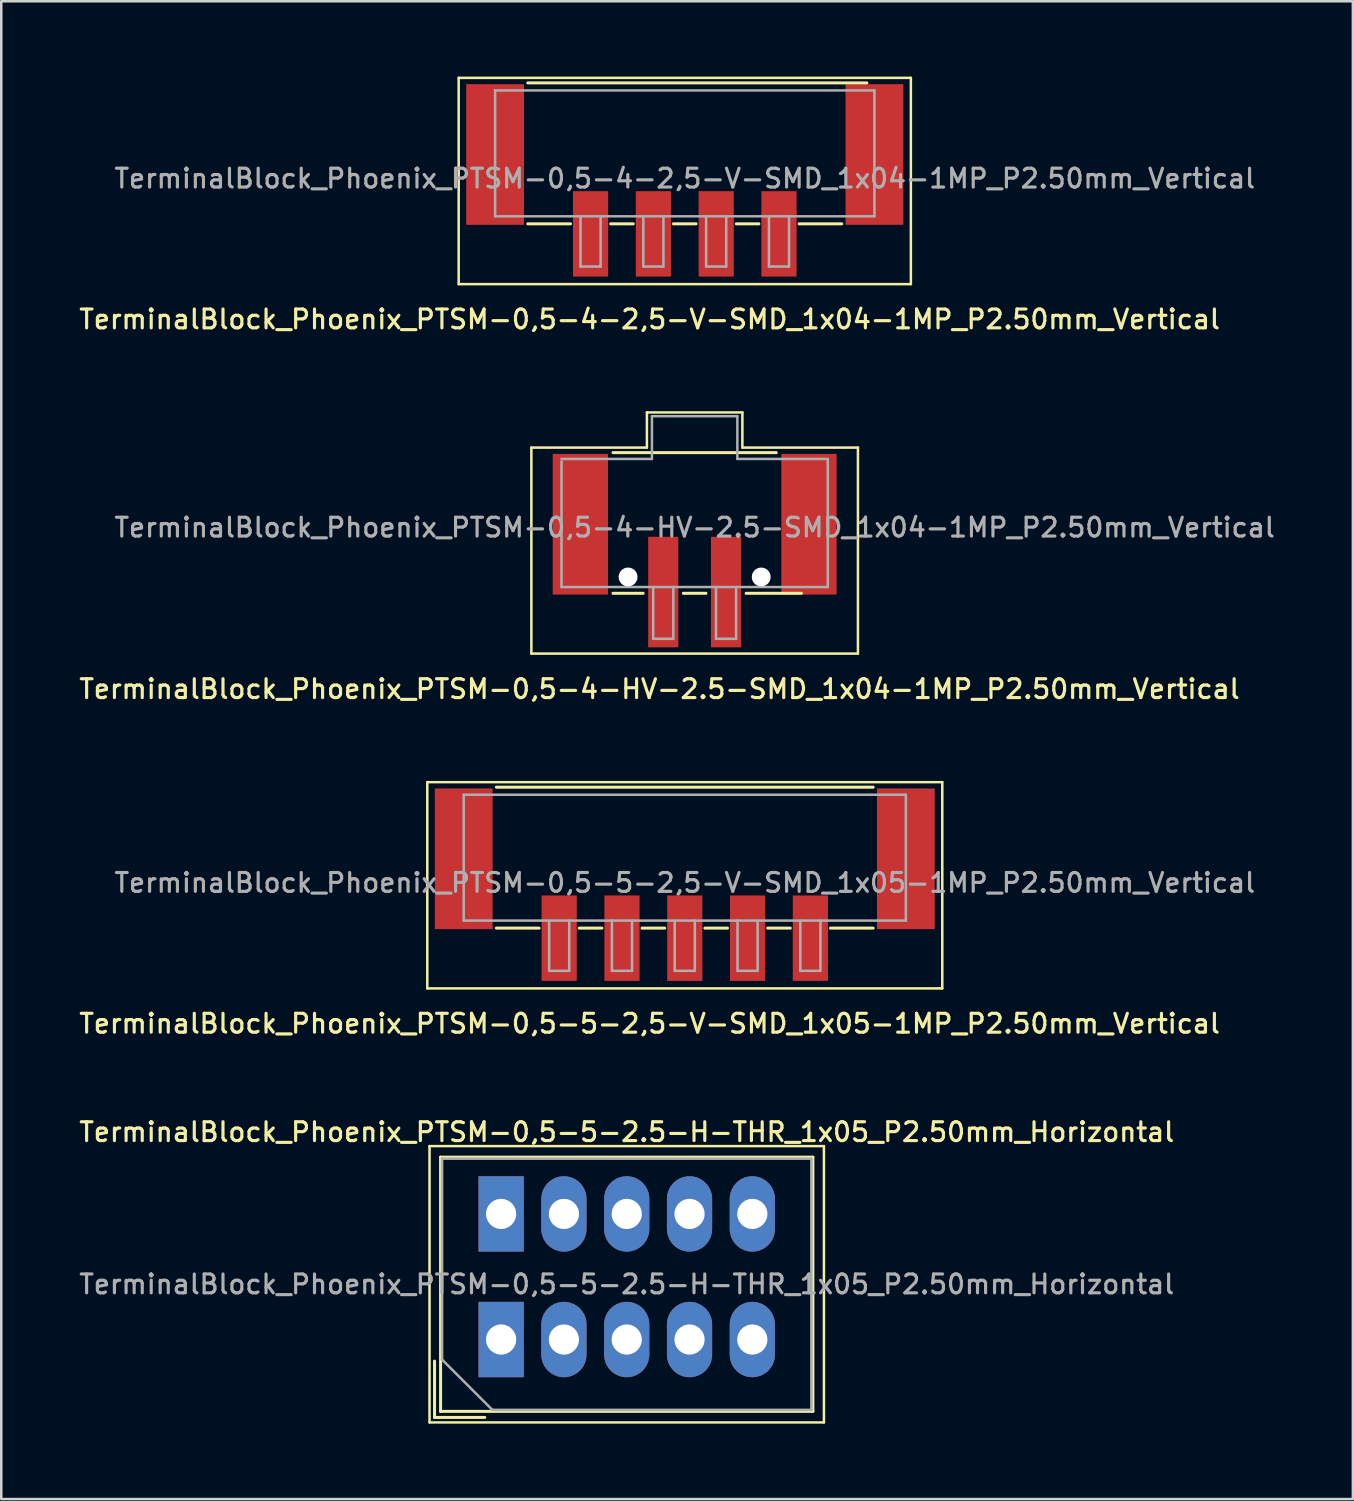
<source format=kicad_pcb>
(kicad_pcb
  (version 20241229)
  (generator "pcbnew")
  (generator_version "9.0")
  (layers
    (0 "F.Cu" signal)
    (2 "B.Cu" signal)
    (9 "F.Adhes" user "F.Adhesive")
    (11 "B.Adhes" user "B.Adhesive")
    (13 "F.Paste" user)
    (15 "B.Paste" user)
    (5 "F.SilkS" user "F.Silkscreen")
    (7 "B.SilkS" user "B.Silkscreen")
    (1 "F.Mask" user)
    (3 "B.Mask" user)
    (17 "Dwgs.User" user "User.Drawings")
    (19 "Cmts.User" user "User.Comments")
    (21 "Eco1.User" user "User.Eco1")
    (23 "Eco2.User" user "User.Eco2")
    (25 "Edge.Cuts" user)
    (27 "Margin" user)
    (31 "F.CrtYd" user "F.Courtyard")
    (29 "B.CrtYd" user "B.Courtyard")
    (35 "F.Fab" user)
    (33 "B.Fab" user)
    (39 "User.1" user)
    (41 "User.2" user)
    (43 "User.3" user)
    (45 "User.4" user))
  (footprint "TerminalBlock_Phoenix_PTSM-0,5-5-2.5-H-THR_1x05_P2.50mm_Horizontal"
    (layer "F.Cu")
    (at 16.898 50.273)
    (property "Reference" "TerminalBlock_Phoenix_PTSM-0,5-5-2.5-H-THR_1x05_P2.50mm_Horizontal" (at 5 -8.26 0) (layer "F.SilkS") (effects (font (size 0.75 0.75) (thickness 0.125))))
    (attr through_hole)
    (fp_line (start -2.85 -7.7) (end -2.85 3.3) (stroke (width 0.1) (type solid)) (layer "F.SilkS"))
    (fp_line (start -2.85 3.3) (end 12.85 3.3) (stroke (width 0.1) (type solid)) (layer "F.SilkS"))
    (fp_line (start -2.65 0.86) (end -2.65 3.1) (stroke (width 0.12) (type solid)) (layer "F.SilkS"))
    (fp_line (start -2.65 3.1) (end -0.65 3.1) (stroke (width 0.12) (type solid)) (layer "F.SilkS"))
    (fp_line (start -2.41 -7.26) (end -2.41 2.86) (stroke (width 0.12) (type solid)) (layer "F.SilkS"))
    (fp_line (start -2.41 -7.26) (end 12.41 -7.26) (stroke (width 0.12) (type solid)) (layer "F.SilkS"))
    (fp_line (start -2.41 2.86) (end 12.41 2.86) (stroke (width 0.12) (type solid)) (layer "F.SilkS"))
    (fp_line (start 12.41 -7.26) (end 12.41 2.86) (stroke (width 0.12) (type solid)) (layer "F.SilkS"))
    (fp_line (start 12.85 -7.7) (end -2.85 -7.7) (stroke (width 0.1) (type solid)) (layer "F.SilkS"))
    (fp_line (start 12.85 3.3) (end 12.85 -7.7) (stroke (width 0.1) (type solid)) (layer "F.SilkS"))
    (fp_line (start -2.35 -7.2) (end 12.35 -7.2) (stroke (width 0.1) (type solid)) (layer "F.Fab"))
    (fp_line (start -2.35 0.8) (end -2.35 -7.2) (stroke (width 0.1) (type solid)) (layer "F.Fab"))
    (fp_line (start -0.35 2.8) (end -2.35 0.8) (stroke (width 0.1) (type solid)) (layer "F.Fab"))
    (fp_line (start 12.35 -7.2) (end 12.35 2.8) (stroke (width 0.1) (type solid)) (layer "F.Fab"))
    (fp_line (start 12.35 2.8) (end -0.35 2.8) (stroke (width 0.1) (type solid)) (layer "F.Fab"))
    (fp_text user "${REFERENCE}" (at 5 -2.2 0) (layer "F.Fab") (effects (font (size 0.75 0.75) (thickness 0.125))))
    (pad "1" thru_hole rect (at 0 -5) (size 1.8 3) (drill 1.2) (layers "*.Cu" "*.Mask"))
    (pad "1" thru_hole rect (at 0 0) (size 1.8 3) (drill 1.2) (layers "*.Cu" "*.Mask"))
    (pad "2" thru_hole oval (at 2.5 -5) (size 1.8 3) (drill 1.2) (layers "*.Cu" "*.Mask"))
    (pad "2" thru_hole oval (at 2.5 0) (size 1.8 3) (drill 1.2) (layers "*.Cu" "*.Mask"))
    (pad "3" thru_hole oval (at 5 -5) (size 1.8 3) (drill 1.2) (layers "*.Cu" "*.Mask"))
    (pad "3" thru_hole oval (at 5 0) (size 1.8 3) (drill 1.2) (layers "*.Cu" "*.Mask"))
    (pad "4" thru_hole oval (at 7.5 -5) (size 1.8 3) (drill 1.2) (layers "*.Cu" "*.Mask"))
    (pad "4" thru_hole oval (at 7.5 0) (size 1.8 3) (drill 1.2) (layers "*.Cu" "*.Mask"))
    (pad "5" thru_hole oval (at 10 -5) (size 1.8 3) (drill 1.2) (layers "*.Cu" "*.Mask"))
    (pad "5" thru_hole oval (at 10 0) (size 1.8 3) (drill 1.2) (layers "*.Cu" "*.Mask")))
  (footprint "TerminalBlock_Phoenix_PTSM-0,5-4-HV-2.5-SMD_1x04-1MP_P2.50mm_Vertical"
    (layer "F.Cu")
    (at 24.602 18.868)
    (property "Reference" "TerminalBlock_Phoenix_PTSM-0,5-4-HV-2.5-SMD_1x04-1MP_P2.50mm_Vertical" (at -1.4 5.51 0) (layer "F.SilkS") (effects (font (size 0.75 0.75) (thickness 0.125))))
    (attr smd)
    (fp_line (start -6.5 -4.1) (end -1.9 -4.1) (stroke (width 0.1) (type solid)) (layer "F.SilkS"))
    (fp_line (start -6.5 4.1) (end -6.5 -4.1) (stroke (width 0.1) (type solid)) (layer "F.SilkS"))
    (fp_line (start -3.25 -3.9) (end 3.25 -3.9) (stroke (width 0.12) (type solid)) (layer "F.SilkS"))
    (fp_line (start -2.05 1.7) (end -3.25 1.7) (stroke (width 0.12) (type solid)) (layer "F.SilkS"))
    (fp_line (start -1.9 -5.5) (end 1.9 -5.5) (stroke (width 0.1) (type solid)) (layer "F.SilkS"))
    (fp_line (start -1.9 -4.1) (end -1.9 -5.5) (stroke (width 0.1) (type solid)) (layer "F.SilkS"))
    (fp_line (start 0.45 1.7) (end -0.45 1.7) (stroke (width 0.12) (type solid)) (layer "F.SilkS"))
    (fp_line (start 1.9 -4.1) (end 1.9 -5.5) (stroke (width 0.1) (type solid)) (layer "F.SilkS"))
    (fp_line (start 4.25 1.7) (end 2.05 1.7) (stroke (width 0.12) (type solid)) (layer "F.SilkS"))
    (fp_line (start 6.5 -4.1) (end 1.9 -4.1) (stroke (width 0.1) (type solid)) (layer "F.SilkS"))
    (fp_line (start 6.5 -4.1) (end 6.5 4.1) (stroke (width 0.1) (type solid)) (layer "F.SilkS"))
    (fp_line (start 6.5 4.1) (end -6.5 4.1) (stroke (width 0.1) (type solid)) (layer "F.SilkS"))
    (fp_line (start -5.3 -3.65) (end -1.7 -3.65) (stroke (width 0.1) (type solid)) (layer "F.Fab"))
    (fp_line (start -5.3 1.45) (end -5.3 -3.55) (stroke (width 0.1) (type solid)) (layer "F.Fab"))
    (fp_line (start -1.7 -5.35) (end 1.7 -5.35) (stroke (width 0.1) (type solid)) (layer "F.Fab"))
    (fp_line (start -1.7 -3.65) (end -1.7 -5.35) (stroke (width 0.1) (type solid)) (layer "F.Fab"))
    (fp_line (start -1.65 1.45) (end -1.65 3.51) (stroke (width 0.1) (type solid)) (layer "F.Fab"))
    (fp_line (start -1.65 3.51) (end -0.85 3.51) (stroke (width 0.1) (type solid)) (layer "F.Fab"))
    (fp_line (start -0.85 1.45) (end -0.85 3.51) (stroke (width 0.1) (type solid)) (layer "F.Fab"))
    (fp_line (start 0.85 1.45) (end 0.85 3.51) (stroke (width 0.1) (type solid)) (layer "F.Fab"))
    (fp_line (start 0.85 3.51) (end 1.65 3.51) (stroke (width 0.1) (type solid)) (layer "F.Fab"))
    (fp_line (start 1.65 1.45) (end 1.65 3.51) (stroke (width 0.1) (type solid)) (layer "F.Fab"))
    (fp_line (start 1.7 -5.35) (end 1.7 -3.65) (stroke (width 0.1) (type solid)) (layer "F.Fab"))
    (fp_line (start 1.7 -3.65) (end 5.3 -3.65) (stroke (width 0.1) (type solid)) (layer "F.Fab"))
    (fp_line (start 5.3 1.45) (end -5.3 1.45) (stroke (width 0.1) (type solid)) (layer "F.Fab"))
    (fp_line (start 5.3 1.45) (end 5.3 -3.6) (stroke (width 0.1) (type solid)) (layer "F.Fab"))
    (fp_text user "${REFERENCE}" (at 0 -0.92 0) (layer "F.Fab") (effects (font (size 0.75 0.75) (thickness 0.125))))
    (pad "" np_thru_hole circle (at -2.65 1.05) (size 0.75 0.75) (drill 1) (layers "*.Cu" "*.Mask"))
    (pad "" np_thru_hole circle (at 2.65 1.05) (size 0.75 0.75) (drill 1) (layers "*.Cu" "*.Mask"))
    (pad "1" smd rect (at -1.25 1.65 180) (size 1.2 4.4) (layers "F.Cu" "F.Mask" "F.Paste"))
    (pad "2" smd rect (at 1.25 1.65 180) (size 1.2 4.4) (layers "F.Cu" "F.Mask" "F.Paste"))
    (pad "MP" smd rect (at -4.55 -1.05 180) (size 2.2 5.6) (layers "F.Cu" "F.Mask" "F.Paste"))
    (pad "MP" smd rect (at 4.55 -1.05 180) (size 2.2 5.6) (layers "F.Cu" "F.Mask" "F.Paste")))
  (footprint "TerminalBlock_Phoenix_PTSM-0,5-4-2,5-V-SMD_1x04-1MP_P2.50mm_Vertical"
    (layer "F.Cu")
    (at 24.209 4.13)
    (property "Reference" "TerminalBlock_Phoenix_PTSM-0,5-4-2,5-V-SMD_1x04-1MP_P2.50mm_Vertical" (at -1.4 5.53 0) (layer "F.SilkS") (effects (font (size 0.75 0.75) (thickness 0.125))))
    (attr smd)
    (fp_line (start -9 -4.08) (end 9 -4.08) (stroke (width 0.1) (type solid)) (layer "F.SilkS"))
    (fp_line (start -9 4.13) (end -9 -4.08) (stroke (width 0.1) (type solid)) (layer "F.SilkS"))
    (fp_line (start -6.25 -3.88) (end 7.25 -3.88) (stroke (width 0.12) (type solid)) (layer "F.SilkS"))
    (fp_line (start -4.55 1.73) (end -6.25 1.73) (stroke (width 0.12) (type solid)) (layer "F.SilkS"))
    (fp_line (start -2.05 1.73) (end -2.95 1.73) (stroke (width 0.12) (type solid)) (layer "F.SilkS"))
    (fp_line (start 0.45 1.73) (end -0.45 1.73) (stroke (width 0.12) (type solid)) (layer "F.SilkS"))
    (fp_line (start 2.95 1.73) (end 2.05 1.73) (stroke (width 0.12) (type solid)) (layer "F.SilkS"))
    (fp_line (start 6.25 1.73) (end 4.55 1.73) (stroke (width 0.12) (type solid)) (layer "F.SilkS"))
    (fp_line (start 9 -4.08) (end 9 4.13) (stroke (width 0.1) (type solid)) (layer "F.SilkS"))
    (fp_line (start 9 4.13) (end -9 4.13) (stroke (width 0.1) (type solid)) (layer "F.SilkS"))
    (fp_line (start -7.55 -3.58) (end 7.55 -3.58) (stroke (width 0.1) (type solid)) (layer "F.Fab"))
    (fp_line (start -7.55 1.43) (end -7.55 -3.58) (stroke (width 0.1) (type solid)) (layer "F.Fab"))
    (fp_line (start -4.15 1.43) (end -4.15 3.43) (stroke (width 0.1) (type solid)) (layer "F.Fab"))
    (fp_line (start -4.15 3.43) (end -3.35 3.43) (stroke (width 0.1) (type solid)) (layer "F.Fab"))
    (fp_line (start -3.35 1.43) (end -3.35 3.43) (stroke (width 0.1) (type solid)) (layer "F.Fab"))
    (fp_line (start -1.65 1.43) (end -1.65 3.43) (stroke (width 0.1) (type solid)) (layer "F.Fab"))
    (fp_line (start -1.65 3.43) (end -0.85 3.43) (stroke (width 0.1) (type solid)) (layer "F.Fab"))
    (fp_line (start -0.85 1.43) (end -0.85 3.43) (stroke (width 0.1) (type solid)) (layer "F.Fab"))
    (fp_line (start 0.85 1.43) (end 0.85 3.43) (stroke (width 0.1) (type solid)) (layer "F.Fab"))
    (fp_line (start 0.85 3.43) (end 1.65 3.43) (stroke (width 0.1) (type solid)) (layer "F.Fab"))
    (fp_line (start 1.65 1.43) (end 1.65 3.43) (stroke (width 0.1) (type solid)) (layer "F.Fab"))
    (fp_line (start 3.35 1.43) (end 3.35 3.43) (stroke (width 0.1) (type solid)) (layer "F.Fab"))
    (fp_line (start 3.35 3.43) (end 4.15 3.43) (stroke (width 0.1) (type solid)) (layer "F.Fab"))
    (fp_line (start 4.15 1.43) (end 4.15 3.43) (stroke (width 0.1) (type solid)) (layer "F.Fab"))
    (fp_line (start 7.55 1.43) (end -7.55 1.43) (stroke (width 0.1) (type solid)) (layer "F.Fab"))
    (fp_line (start 7.55 1.43) (end 7.55 -3.58) (stroke (width 0.1) (type solid)) (layer "F.Fab"))
    (fp_text user "${REFERENCE}" (at 0 -0.075 0) (layer "F.Fab") (effects (font (size 0.75 0.75) (thickness 0.125))))
    (pad "1" smd rect (at -3.75 2.13 180) (size 1.4 3.4) (layers "F.Cu" "F.Mask" "F.Paste"))
    (pad "2" smd rect (at -1.25 2.13 180) (size 1.4 3.4) (layers "F.Cu" "F.Mask" "F.Paste"))
    (pad "3" smd rect (at 1.25 2.13 180) (size 1.4 3.4) (layers "F.Cu" "F.Mask" "F.Paste"))
    (pad "4" smd rect (at 3.75 2.13 180) (size 1.4 3.4) (layers "F.Cu" "F.Mask" "F.Paste"))
    (pad "MP" smd rect (at -7.55 -1.03 180) (size 2.3 5.6) (layers "F.Cu" "F.Mask" "F.Paste"))
    (pad "MP" smd rect (at 7.55 -1.03 180) (size 2.3 5.6) (layers "F.Cu" "F.Mask" "F.Paste")))
  (footprint "TerminalBlock_Phoenix_PTSM-0,5-5-2,5-V-SMD_1x05-1MP_P2.50mm_Vertical"
    (layer "F.Cu")
    (at 24.209 32.166)
    (property "Reference" "TerminalBlock_Phoenix_PTSM-0,5-5-2,5-V-SMD_1x05-1MP_P2.50mm_Vertical" (at -1.4 5.53 0) (layer "F.SilkS") (effects (font (size 0.75 0.75) (thickness 0.125))))
    (attr smd)
    (fp_line (start -10.25 -4.08) (end 10.25 -4.08) (stroke (width 0.1) (type solid)) (layer "F.SilkS"))
    (fp_line (start -10.25 4.13) (end -10.25 -4.08) (stroke (width 0.1) (type solid)) (layer "F.SilkS"))
    (fp_line (start -7.5 -3.88) (end 7.5 -3.88) (stroke (width 0.12) (type solid)) (layer "F.SilkS"))
    (fp_line (start -5.8 1.73) (end -7.5 1.73) (stroke (width 0.12) (type solid)) (layer "F.SilkS"))
    (fp_line (start -3.3 1.73) (end -4.2 1.73) (stroke (width 0.12) (type solid)) (layer "F.SilkS"))
    (fp_line (start -0.8 1.73) (end -1.7 1.73) (stroke (width 0.12) (type solid)) (layer "F.SilkS"))
    (fp_line (start 1.7 1.73) (end 0.8 1.73) (stroke (width 0.12) (type solid)) (layer "F.SilkS"))
    (fp_line (start 4.2 1.73) (end 3.3 1.73) (stroke (width 0.12) (type solid)) (layer "F.SilkS"))
    (fp_line (start 7.5 1.73) (end 5.8 1.73) (stroke (width 0.12) (type solid)) (layer "F.SilkS"))
    (fp_line (start 10.25 -4.08) (end 10.25 4.13) (stroke (width 0.1) (type solid)) (layer "F.SilkS"))
    (fp_line (start 10.25 4.13) (end -10.25 4.13) (stroke (width 0.1) (type solid)) (layer "F.SilkS"))
    (fp_line (start -8.8 -3.58) (end 8.8 -3.58) (stroke (width 0.1) (type solid)) (layer "F.Fab"))
    (fp_line (start -8.8 1.43) (end -8.8 -3.58) (stroke (width 0.1) (type solid)) (layer "F.Fab"))
    (fp_line (start -5.4 1.43) (end -5.4 3.43) (stroke (width 0.1) (type solid)) (layer "F.Fab"))
    (fp_line (start -5.4 3.43) (end -4.6 3.43) (stroke (width 0.1) (type solid)) (layer "F.Fab"))
    (fp_line (start -4.6 1.43) (end -4.6 3.43) (stroke (width 0.1) (type solid)) (layer "F.Fab"))
    (fp_line (start -2.9 1.43) (end -2.9 3.43) (stroke (width 0.1) (type solid)) (layer "F.Fab"))
    (fp_line (start -2.9 3.43) (end -2.1 3.43) (stroke (width 0.1) (type solid)) (layer "F.Fab"))
    (fp_line (start -2.1 1.43) (end -2.1 3.43) (stroke (width 0.1) (type solid)) (layer "F.Fab"))
    (fp_line (start -0.4 1.43) (end -0.4 3.43) (stroke (width 0.1) (type solid)) (layer "F.Fab"))
    (fp_line (start -0.4 3.43) (end 0.4 3.43) (stroke (width 0.1) (type solid)) (layer "F.Fab"))
    (fp_line (start 0.4 1.43) (end 0.4 3.43) (stroke (width 0.1) (type solid)) (layer "F.Fab"))
    (fp_line (start 2.1 1.43) (end 2.1 3.43) (stroke (width 0.1) (type solid)) (layer "F.Fab"))
    (fp_line (start 2.1 3.43) (end 2.9 3.43) (stroke (width 0.1) (type solid)) (layer "F.Fab"))
    (fp_line (start 2.9 1.43) (end 2.9 3.43) (stroke (width 0.1) (type solid)) (layer "F.Fab"))
    (fp_line (start 4.6 1.43) (end 4.6 3.43) (stroke (width 0.1) (type solid)) (layer "F.Fab"))
    (fp_line (start 4.6 3.43) (end 5.4 3.43) (stroke (width 0.1) (type solid)) (layer "F.Fab"))
    (fp_line (start 5.4 1.43) (end 5.4 3.43) (stroke (width 0.1) (type solid)) (layer "F.Fab"))
    (fp_line (start 8.8 1.43) (end -8.8 1.43) (stroke (width 0.1) (type solid)) (layer "F.Fab"))
    (fp_line (start 8.8 1.43) (end 8.8 -3.58) (stroke (width 0.1) (type solid)) (layer "F.Fab"))
    (fp_text user "${REFERENCE}" (at 0 -0.075 0) (layer "F.Fab") (effects (font (size 0.75 0.75) (thickness 0.125))))
    (pad "1" smd rect (at -5 2.13 180) (size 1.4 3.4) (layers "F.Cu" "F.Mask" "F.Paste"))
    (pad "2" smd rect (at -2.5 2.13 180) (size 1.4 3.4) (layers "F.Cu" "F.Mask" "F.Paste"))
    (pad "3" smd rect (at 0 2.13 180) (size 1.4 3.4) (layers "F.Cu" "F.Mask" "F.Paste"))
    (pad "4" smd rect (at 2.5 2.13 180) (size 1.4 3.4) (layers "F.Cu" "F.Mask" "F.Paste"))
    (pad "5" smd rect (at 5 2.13 180) (size 1.4 3.4) (layers "F.Cu" "F.Mask" "F.Paste"))
    (pad "MP" smd rect (at -8.8 -1.03 180) (size 2.3 5.6) (layers "F.Cu" "F.Mask" "F.Paste"))
    (pad "MP" smd rect (at 8.8 -1.03 180) (size 2.3 5.6) (layers "F.Cu" "F.Mask" "F.Paste")))
  (gr_rect
    (start -3 -3)
    (end 50.804 56.623)
    (stroke (width 0.1) (type default))
    (fill no)
    (layer "Edge.Cuts")))
</source>
